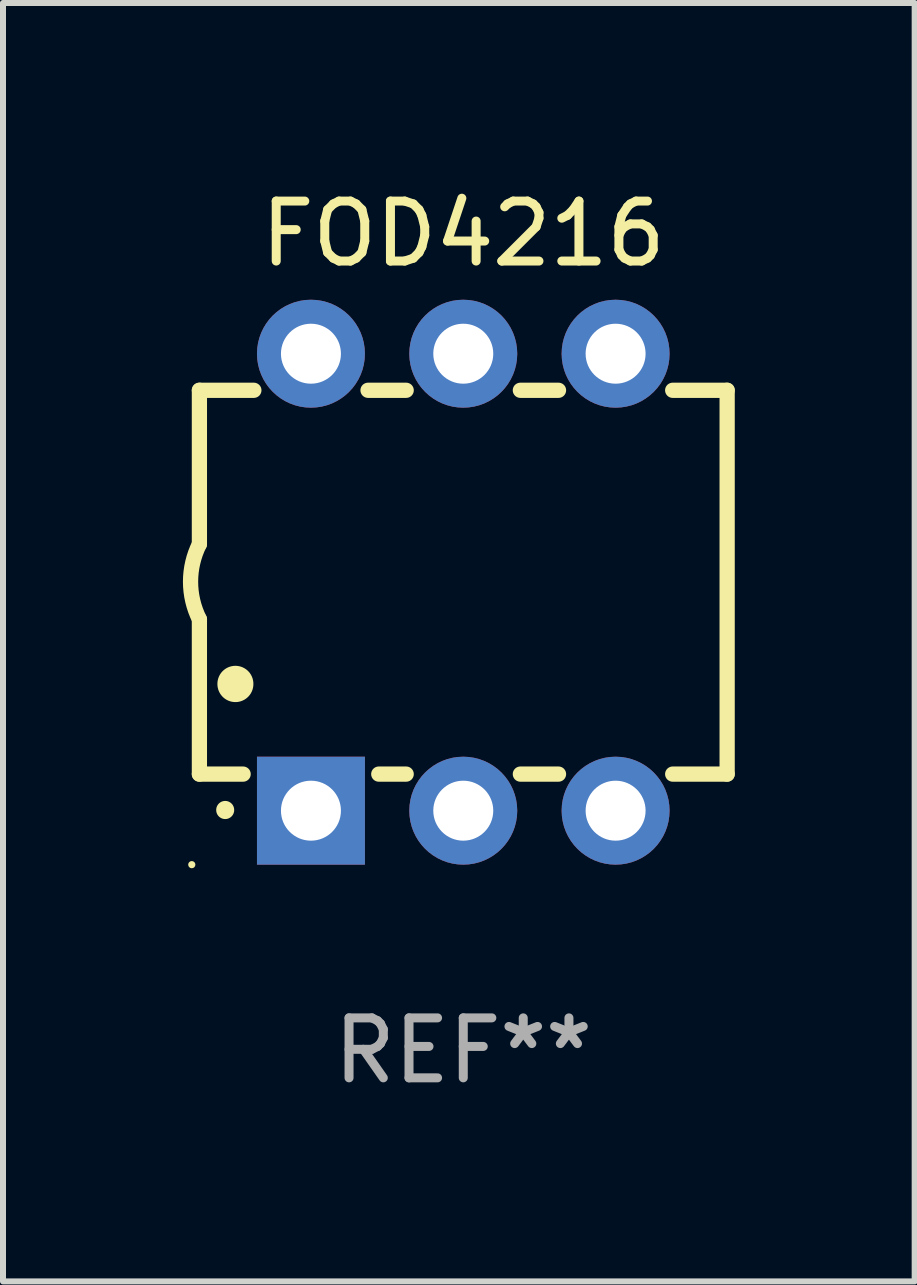
<source format=kicad_pcb>
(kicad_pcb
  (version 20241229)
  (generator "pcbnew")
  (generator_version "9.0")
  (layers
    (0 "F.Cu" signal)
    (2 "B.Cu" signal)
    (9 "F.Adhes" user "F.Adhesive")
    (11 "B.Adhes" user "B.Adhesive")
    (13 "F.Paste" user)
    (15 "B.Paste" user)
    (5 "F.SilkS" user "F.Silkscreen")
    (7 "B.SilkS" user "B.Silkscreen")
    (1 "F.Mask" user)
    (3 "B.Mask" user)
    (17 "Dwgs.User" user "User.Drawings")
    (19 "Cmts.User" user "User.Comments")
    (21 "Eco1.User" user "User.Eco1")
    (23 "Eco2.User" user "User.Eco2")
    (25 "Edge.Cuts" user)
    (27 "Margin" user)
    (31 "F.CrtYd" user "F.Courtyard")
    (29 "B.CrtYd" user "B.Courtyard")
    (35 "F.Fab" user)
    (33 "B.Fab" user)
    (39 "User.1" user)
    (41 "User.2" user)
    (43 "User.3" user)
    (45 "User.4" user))
  (footprint "FOD4216"
    (layer "F.Cu")
    (at 4.675 6.658)
    (property "Reference" "FOD4216" (at 0 -5.81 0) (layer "F.SilkS") (effects (font (size 1 1) (thickness 0.15))))
    (attr through_hole)
    (fp_line (start -4.4 -3.2) (end -4.4 -0.635) (stroke (width 0.254) (type solid)) (layer "F.SilkS"))
    (fp_line (start -4.4 -3.2) (end -3.492 -3.2) (stroke (width 0.254) (type solid)) (layer "F.SilkS"))
    (fp_line (start -4.4 3.2) (end -4.4 0.619) (stroke (width 0.254) (type solid)) (layer "F.SilkS"))
    (fp_line (start -3.671 3.2) (end -4.4 3.2) (stroke (width 0.254) (type solid)) (layer "F.SilkS"))
    (fp_line (start -1.588 -3.2) (end -0.952 -3.2) (stroke (width 0.254) (type solid)) (layer "F.SilkS"))
    (fp_line (start -0.952 3.2) (end -1.409 3.2) (stroke (width 0.254) (type solid)) (layer "F.SilkS"))
    (fp_line (start 0.952 -3.2) (end 1.588 -3.2) (stroke (width 0.254) (type solid)) (layer "F.SilkS"))
    (fp_line (start 1.588 3.2) (end 0.952 3.2) (stroke (width 0.254) (type solid)) (layer "F.SilkS"))
    (fp_line (start 3.492 -3.2) (end 4.4 -3.2) (stroke (width 0.254) (type solid)) (layer "F.SilkS"))
    (fp_line (start 4.4 -3.2) (end 4.4 3.2) (stroke (width 0.254) (type solid)) (layer "F.SilkS"))
    (fp_line (start 4.4 3.2) (end 3.492 3.2) (stroke (width 0.254) (type solid)) (layer "F.SilkS"))
    (fp_arc (start -4.399288 0.619762) (mid -4.547636 -0.007536) (end -4.4 -0.635001) (stroke (width 0.254001) (type solid)) (layer "F.SilkS"))
    (fp_arc (start -3.970028 3.799848) (mid -3.970033 3.798578) (end -3.970028 3.797308) (stroke (width 0.3) (type solid)) (layer "F.SilkS"))
    (fp_arc (start -3.799848 1.699263) (mid -3.799859 1.696723) (end -3.799848 1.694183) (stroke (width 0.6) (type solid)) (layer "F.SilkS"))
    (fp_circle (center -4.527 4.71) (end -4.497 4.71) (stroke (width 0.06) (type solid)) (fill no) (layer "F.SilkS"))
    (fp_text user "REF**" (at 0 7.81 0) (layer "F.Fab") (effects (font (size 1 1) (thickness 0.15))))
    (pad "1" thru_hole rect (at -2.54 3.81 180) (size 1.8 1.8) (drill 1) (layers "*.Cu" "*.Mask"))
    (pad "2" thru_hole circle (at 0 3.81) (size 1.8 1.8) (drill 1) (layers "*.Cu" "*.Mask"))
    (pad "3" thru_hole circle (at 2.54 3.81) (size 1.8 1.8) (drill 1) (layers "*.Cu" "*.Mask"))
    (pad "4" thru_hole circle (at 2.54 -3.81) (size 1.8 1.8) (drill 1) (layers "*.Cu" "*.Mask"))
    (pad "5" thru_hole circle (at 0 -3.81) (size 1.8 1.8) (drill 1) (layers "*.Cu" "*.Mask"))
    (pad "6" thru_hole circle (at -2.54 -3.81) (size 1.8 1.8) (drill 1) (layers "*.Cu" "*.Mask")))
  (gr_rect
    (start -3 -3)
    (end 12.202 18.317)
    (stroke (width 0.1) (type default))
    (fill no)
    (layer "Edge.Cuts")))
</source>
